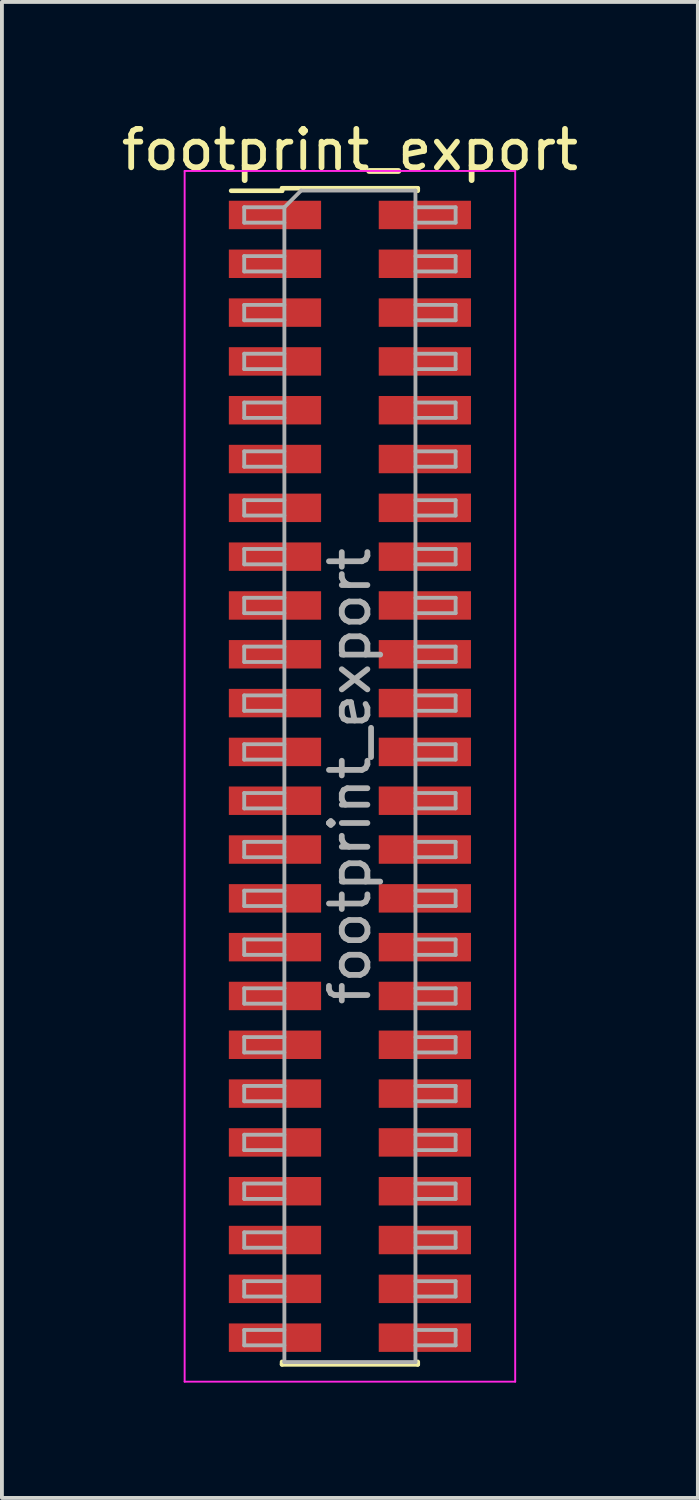
<source format=kicad_pcb>
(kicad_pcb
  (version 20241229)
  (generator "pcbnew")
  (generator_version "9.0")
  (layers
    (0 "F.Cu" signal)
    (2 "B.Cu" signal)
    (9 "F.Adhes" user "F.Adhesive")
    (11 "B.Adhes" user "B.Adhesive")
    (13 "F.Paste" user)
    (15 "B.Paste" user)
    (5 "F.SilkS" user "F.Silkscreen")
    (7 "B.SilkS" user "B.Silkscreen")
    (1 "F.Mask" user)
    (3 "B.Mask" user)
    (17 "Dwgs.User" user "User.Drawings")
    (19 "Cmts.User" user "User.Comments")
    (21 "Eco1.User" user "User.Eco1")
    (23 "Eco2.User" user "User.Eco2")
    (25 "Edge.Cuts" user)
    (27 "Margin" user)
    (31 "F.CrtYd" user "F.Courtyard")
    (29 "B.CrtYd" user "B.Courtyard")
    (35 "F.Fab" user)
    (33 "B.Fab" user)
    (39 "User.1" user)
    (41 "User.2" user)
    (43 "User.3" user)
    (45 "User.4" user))
  (footprint "footprint_export"
    (layer "F.Cu")
    (at 6.054 17.148)
    (property "Reference" "footprint_export" (at 0 -16.3 0) (layer "F.SilkS") (effects (font (size 1 1) (thickness 0.15))))
    (attr smd)
    (fp_line (start -3.09 -15.235) (end -1.765 -15.235) (stroke (width 0.12) (type solid)) (layer "F.SilkS"))
    (fp_line (start -1.765 -15.3) (end -1.765 -15.235) (stroke (width 0.12) (type solid)) (layer "F.SilkS"))
    (fp_line (start -1.765 -15.3) (end 1.765 -15.3) (stroke (width 0.12) (type solid)) (layer "F.SilkS"))
    (fp_line (start -1.765 15.235) (end -1.765 15.3) (stroke (width 0.12) (type solid)) (layer "F.SilkS"))
    (fp_line (start -1.765 15.3) (end 1.765 15.3) (stroke (width 0.12) (type solid)) (layer "F.SilkS"))
    (fp_line (start 1.765 -15.3) (end 1.765 -15.235) (stroke (width 0.12) (type solid)) (layer "F.SilkS"))
    (fp_line (start 1.765 15.235) (end 1.765 15.3) (stroke (width 0.12) (type solid)) (layer "F.SilkS"))
    (fp_line (start -4.3 -15.75) (end -4.3 15.75) (stroke (width 0.05) (type solid)) (layer "F.CrtYd"))
    (fp_line (start -4.3 15.75) (end 4.3 15.75) (stroke (width 0.05) (type solid)) (layer "F.CrtYd"))
    (fp_line (start 4.3 -15.75) (end -4.3 -15.75) (stroke (width 0.05) (type solid)) (layer "F.CrtYd"))
    (fp_line (start 4.3 15.75) (end 4.3 -15.75) (stroke (width 0.05) (type solid)) (layer "F.CrtYd"))
    (fp_line (start -2.75 -14.805) (end -2.75 -14.405) (stroke (width 0.1) (type solid)) (layer "F.Fab"))
    (fp_line (start -2.75 -14.405) (end -1.705 -14.405) (stroke (width 0.1) (type solid)) (layer "F.Fab"))
    (fp_line (start -2.75 -13.535) (end -2.75 -13.135) (stroke (width 0.1) (type solid)) (layer "F.Fab"))
    (fp_line (start -2.75 -13.135) (end -1.705 -13.135) (stroke (width 0.1) (type solid)) (layer "F.Fab"))
    (fp_line (start -2.75 -12.265) (end -2.75 -11.865) (stroke (width 0.1) (type solid)) (layer "F.Fab"))
    (fp_line (start -2.75 -11.865) (end -1.705 -11.865) (stroke (width 0.1) (type solid)) (layer "F.Fab"))
    (fp_line (start -2.75 -10.995) (end -2.75 -10.595) (stroke (width 0.1) (type solid)) (layer "F.Fab"))
    (fp_line (start -2.75 -10.595) (end -1.705 -10.595) (stroke (width 0.1) (type solid)) (layer "F.Fab"))
    (fp_line (start -2.75 -9.725) (end -2.75 -9.325) (stroke (width 0.1) (type solid)) (layer "F.Fab"))
    (fp_line (start -2.75 -9.325) (end -1.705 -9.325) (stroke (width 0.1) (type solid)) (layer "F.Fab"))
    (fp_line (start -2.75 -8.455) (end -2.75 -8.055) (stroke (width 0.1) (type solid)) (layer "F.Fab"))
    (fp_line (start -2.75 -8.055) (end -1.705 -8.055) (stroke (width 0.1) (type solid)) (layer "F.Fab"))
    (fp_line (start -2.75 -7.185) (end -2.75 -6.785) (stroke (width 0.1) (type solid)) (layer "F.Fab"))
    (fp_line (start -2.75 -6.785) (end -1.705 -6.785) (stroke (width 0.1) (type solid)) (layer "F.Fab"))
    (fp_line (start -2.75 -5.915) (end -2.75 -5.515) (stroke (width 0.1) (type solid)) (layer "F.Fab"))
    (fp_line (start -2.75 -5.515) (end -1.705 -5.515) (stroke (width 0.1) (type solid)) (layer "F.Fab"))
    (fp_line (start -2.75 -4.645) (end -2.75 -4.245) (stroke (width 0.1) (type solid)) (layer "F.Fab"))
    (fp_line (start -2.75 -4.245) (end -1.705 -4.245) (stroke (width 0.1) (type solid)) (layer "F.Fab"))
    (fp_line (start -2.75 -3.375) (end -2.75 -2.975) (stroke (width 0.1) (type solid)) (layer "F.Fab"))
    (fp_line (start -2.75 -2.975) (end -1.705 -2.975) (stroke (width 0.1) (type solid)) (layer "F.Fab"))
    (fp_line (start -2.75 -2.105) (end -2.75 -1.705) (stroke (width 0.1) (type solid)) (layer "F.Fab"))
    (fp_line (start -2.75 -1.705) (end -1.705 -1.705) (stroke (width 0.1) (type solid)) (layer "F.Fab"))
    (fp_line (start -2.75 -0.835) (end -2.75 -0.435) (stroke (width 0.1) (type solid)) (layer "F.Fab"))
    (fp_line (start -2.75 -0.435) (end -1.705 -0.435) (stroke (width 0.1) (type solid)) (layer "F.Fab"))
    (fp_line (start -2.75 0.435) (end -2.75 0.835) (stroke (width 0.1) (type solid)) (layer "F.Fab"))
    (fp_line (start -2.75 0.835) (end -1.705 0.835) (stroke (width 0.1) (type solid)) (layer "F.Fab"))
    (fp_line (start -2.75 1.705) (end -2.75 2.105) (stroke (width 0.1) (type solid)) (layer "F.Fab"))
    (fp_line (start -2.75 2.105) (end -1.705 2.105) (stroke (width 0.1) (type solid)) (layer "F.Fab"))
    (fp_line (start -2.75 2.975) (end -2.75 3.375) (stroke (width 0.1) (type solid)) (layer "F.Fab"))
    (fp_line (start -2.75 3.375) (end -1.705 3.375) (stroke (width 0.1) (type solid)) (layer "F.Fab"))
    (fp_line (start -2.75 4.245) (end -2.75 4.645) (stroke (width 0.1) (type solid)) (layer "F.Fab"))
    (fp_line (start -2.75 4.645) (end -1.705 4.645) (stroke (width 0.1) (type solid)) (layer "F.Fab"))
    (fp_line (start -2.75 5.515) (end -2.75 5.915) (stroke (width 0.1) (type solid)) (layer "F.Fab"))
    (fp_line (start -2.75 5.915) (end -1.705 5.915) (stroke (width 0.1) (type solid)) (layer "F.Fab"))
    (fp_line (start -2.75 6.785) (end -2.75 7.185) (stroke (width 0.1) (type solid)) (layer "F.Fab"))
    (fp_line (start -2.75 7.185) (end -1.705 7.185) (stroke (width 0.1) (type solid)) (layer "F.Fab"))
    (fp_line (start -2.75 8.055) (end -2.75 8.455) (stroke (width 0.1) (type solid)) (layer "F.Fab"))
    (fp_line (start -2.75 8.455) (end -1.705 8.455) (stroke (width 0.1) (type solid)) (layer "F.Fab"))
    (fp_line (start -2.75 9.325) (end -2.75 9.725) (stroke (width 0.1) (type solid)) (layer "F.Fab"))
    (fp_line (start -2.75 9.725) (end -1.705 9.725) (stroke (width 0.1) (type solid)) (layer "F.Fab"))
    (fp_line (start -2.75 10.595) (end -2.75 10.995) (stroke (width 0.1) (type solid)) (layer "F.Fab"))
    (fp_line (start -2.75 10.995) (end -1.705 10.995) (stroke (width 0.1) (type solid)) (layer "F.Fab"))
    (fp_line (start -2.75 11.865) (end -2.75 12.265) (stroke (width 0.1) (type solid)) (layer "F.Fab"))
    (fp_line (start -2.75 12.265) (end -1.705 12.265) (stroke (width 0.1) (type solid)) (layer "F.Fab"))
    (fp_line (start -2.75 13.135) (end -2.75 13.535) (stroke (width 0.1) (type solid)) (layer "F.Fab"))
    (fp_line (start -2.75 13.535) (end -1.705 13.535) (stroke (width 0.1) (type solid)) (layer "F.Fab"))
    (fp_line (start -2.75 14.405) (end -2.75 14.805) (stroke (width 0.1) (type solid)) (layer "F.Fab"))
    (fp_line (start -2.75 14.805) (end -1.705 14.805) (stroke (width 0.1) (type solid)) (layer "F.Fab"))
    (fp_line (start -1.705 -14.805) (end -2.75 -14.805) (stroke (width 0.1) (type solid)) (layer "F.Fab"))
    (fp_line (start -1.705 -14.805) (end -1.27 -15.24) (stroke (width 0.1) (type solid)) (layer "F.Fab"))
    (fp_line (start -1.705 -13.535) (end -2.75 -13.535) (stroke (width 0.1) (type solid)) (layer "F.Fab"))
    (fp_line (start -1.705 -12.265) (end -2.75 -12.265) (stroke (width 0.1) (type solid)) (layer "F.Fab"))
    (fp_line (start -1.705 -10.995) (end -2.75 -10.995) (stroke (width 0.1) (type solid)) (layer "F.Fab"))
    (fp_line (start -1.705 -9.725) (end -2.75 -9.725) (stroke (width 0.1) (type solid)) (layer "F.Fab"))
    (fp_line (start -1.705 -8.455) (end -2.75 -8.455) (stroke (width 0.1) (type solid)) (layer "F.Fab"))
    (fp_line (start -1.705 -7.185) (end -2.75 -7.185) (stroke (width 0.1) (type solid)) (layer "F.Fab"))
    (fp_line (start -1.705 -5.915) (end -2.75 -5.915) (stroke (width 0.1) (type solid)) (layer "F.Fab"))
    (fp_line (start -1.705 -4.645) (end -2.75 -4.645) (stroke (width 0.1) (type solid)) (layer "F.Fab"))
    (fp_line (start -1.705 -3.375) (end -2.75 -3.375) (stroke (width 0.1) (type solid)) (layer "F.Fab"))
    (fp_line (start -1.705 -2.105) (end -2.75 -2.105) (stroke (width 0.1) (type solid)) (layer "F.Fab"))
    (fp_line (start -1.705 -0.835) (end -2.75 -0.835) (stroke (width 0.1) (type solid)) (layer "F.Fab"))
    (fp_line (start -1.705 0.435) (end -2.75 0.435) (stroke (width 0.1) (type solid)) (layer "F.Fab"))
    (fp_line (start -1.705 1.705) (end -2.75 1.705) (stroke (width 0.1) (type solid)) (layer "F.Fab"))
    (fp_line (start -1.705 2.975) (end -2.75 2.975) (stroke (width 0.1) (type solid)) (layer "F.Fab"))
    (fp_line (start -1.705 4.245) (end -2.75 4.245) (stroke (width 0.1) (type solid)) (layer "F.Fab"))
    (fp_line (start -1.705 5.515) (end -2.75 5.515) (stroke (width 0.1) (type solid)) (layer "F.Fab"))
    (fp_line (start -1.705 6.785) (end -2.75 6.785) (stroke (width 0.1) (type solid)) (layer "F.Fab"))
    (fp_line (start -1.705 8.055) (end -2.75 8.055) (stroke (width 0.1) (type solid)) (layer "F.Fab"))
    (fp_line (start -1.705 9.325) (end -2.75 9.325) (stroke (width 0.1) (type solid)) (layer "F.Fab"))
    (fp_line (start -1.705 10.595) (end -2.75 10.595) (stroke (width 0.1) (type solid)) (layer "F.Fab"))
    (fp_line (start -1.705 11.865) (end -2.75 11.865) (stroke (width 0.1) (type solid)) (layer "F.Fab"))
    (fp_line (start -1.705 13.135) (end -2.75 13.135) (stroke (width 0.1) (type solid)) (layer "F.Fab"))
    (fp_line (start -1.705 14.405) (end -2.75 14.405) (stroke (width 0.1) (type solid)) (layer "F.Fab"))
    (fp_line (start -1.705 15.24) (end -1.705 -14.805) (stroke (width 0.1) (type solid)) (layer "F.Fab"))
    (fp_line (start -1.27 -15.24) (end 1.705 -15.24) (stroke (width 0.1) (type solid)) (layer "F.Fab"))
    (fp_line (start 1.705 -15.24) (end 1.705 15.24) (stroke (width 0.1) (type solid)) (layer "F.Fab"))
    (fp_line (start 1.705 -14.805) (end 2.75 -14.805) (stroke (width 0.1) (type solid)) (layer "F.Fab"))
    (fp_line (start 1.705 -13.535) (end 2.75 -13.535) (stroke (width 0.1) (type solid)) (layer "F.Fab"))
    (fp_line (start 1.705 -12.265) (end 2.75 -12.265) (stroke (width 0.1) (type solid)) (layer "F.Fab"))
    (fp_line (start 1.705 -10.995) (end 2.75 -10.995) (stroke (width 0.1) (type solid)) (layer "F.Fab"))
    (fp_line (start 1.705 -9.725) (end 2.75 -9.725) (stroke (width 0.1) (type solid)) (layer "F.Fab"))
    (fp_line (start 1.705 -8.455) (end 2.75 -8.455) (stroke (width 0.1) (type solid)) (layer "F.Fab"))
    (fp_line (start 1.705 -7.185) (end 2.75 -7.185) (stroke (width 0.1) (type solid)) (layer "F.Fab"))
    (fp_line (start 1.705 -5.915) (end 2.75 -5.915) (stroke (width 0.1) (type solid)) (layer "F.Fab"))
    (fp_line (start 1.705 -4.645) (end 2.75 -4.645) (stroke (width 0.1) (type solid)) (layer "F.Fab"))
    (fp_line (start 1.705 -3.375) (end 2.75 -3.375) (stroke (width 0.1) (type solid)) (layer "F.Fab"))
    (fp_line (start 1.705 -2.105) (end 2.75 -2.105) (stroke (width 0.1) (type solid)) (layer "F.Fab"))
    (fp_line (start 1.705 -0.835) (end 2.75 -0.835) (stroke (width 0.1) (type solid)) (layer "F.Fab"))
    (fp_line (start 1.705 0.435) (end 2.75 0.435) (stroke (width 0.1) (type solid)) (layer "F.Fab"))
    (fp_line (start 1.705 1.705) (end 2.75 1.705) (stroke (width 0.1) (type solid)) (layer "F.Fab"))
    (fp_line (start 1.705 2.975) (end 2.75 2.975) (stroke (width 0.1) (type solid)) (layer "F.Fab"))
    (fp_line (start 1.705 4.245) (end 2.75 4.245) (stroke (width 0.1) (type solid)) (layer "F.Fab"))
    (fp_line (start 1.705 5.515) (end 2.75 5.515) (stroke (width 0.1) (type solid)) (layer "F.Fab"))
    (fp_line (start 1.705 6.785) (end 2.75 6.785) (stroke (width 0.1) (type solid)) (layer "F.Fab"))
    (fp_line (start 1.705 8.055) (end 2.75 8.055) (stroke (width 0.1) (type solid)) (layer "F.Fab"))
    (fp_line (start 1.705 9.325) (end 2.75 9.325) (stroke (width 0.1) (type solid)) (layer "F.Fab"))
    (fp_line (start 1.705 10.595) (end 2.75 10.595) (stroke (width 0.1) (type solid)) (layer "F.Fab"))
    (fp_line (start 1.705 11.865) (end 2.75 11.865) (stroke (width 0.1) (type solid)) (layer "F.Fab"))
    (fp_line (start 1.705 13.135) (end 2.75 13.135) (stroke (width 0.1) (type solid)) (layer "F.Fab"))
    (fp_line (start 1.705 14.405) (end 2.75 14.405) (stroke (width 0.1) (type solid)) (layer "F.Fab"))
    (fp_line (start 1.705 15.24) (end -1.705 15.24) (stroke (width 0.1) (type solid)) (layer "F.Fab"))
    (fp_line (start 2.75 -14.805) (end 2.75 -14.405) (stroke (width 0.1) (type solid)) (layer "F.Fab"))
    (fp_line (start 2.75 -14.405) (end 1.705 -14.405) (stroke (width 0.1) (type solid)) (layer "F.Fab"))
    (fp_line (start 2.75 -13.535) (end 2.75 -13.135) (stroke (width 0.1) (type solid)) (layer "F.Fab"))
    (fp_line (start 2.75 -13.135) (end 1.705 -13.135) (stroke (width 0.1) (type solid)) (layer "F.Fab"))
    (fp_line (start 2.75 -12.265) (end 2.75 -11.865) (stroke (width 0.1) (type solid)) (layer "F.Fab"))
    (fp_line (start 2.75 -11.865) (end 1.705 -11.865) (stroke (width 0.1) (type solid)) (layer "F.Fab"))
    (fp_line (start 2.75 -10.995) (end 2.75 -10.595) (stroke (width 0.1) (type solid)) (layer "F.Fab"))
    (fp_line (start 2.75 -10.595) (end 1.705 -10.595) (stroke (width 0.1) (type solid)) (layer "F.Fab"))
    (fp_line (start 2.75 -9.725) (end 2.75 -9.325) (stroke (width 0.1) (type solid)) (layer "F.Fab"))
    (fp_line (start 2.75 -9.325) (end 1.705 -9.325) (stroke (width 0.1) (type solid)) (layer "F.Fab"))
    (fp_line (start 2.75 -8.455) (end 2.75 -8.055) (stroke (width 0.1) (type solid)) (layer "F.Fab"))
    (fp_line (start 2.75 -8.055) (end 1.705 -8.055) (stroke (width 0.1) (type solid)) (layer "F.Fab"))
    (fp_line (start 2.75 -7.185) (end 2.75 -6.785) (stroke (width 0.1) (type solid)) (layer "F.Fab"))
    (fp_line (start 2.75 -6.785) (end 1.705 -6.785) (stroke (width 0.1) (type solid)) (layer "F.Fab"))
    (fp_line (start 2.75 -5.915) (end 2.75 -5.515) (stroke (width 0.1) (type solid)) (layer "F.Fab"))
    (fp_line (start 2.75 -5.515) (end 1.705 -5.515) (stroke (width 0.1) (type solid)) (layer "F.Fab"))
    (fp_line (start 2.75 -4.645) (end 2.75 -4.245) (stroke (width 0.1) (type solid)) (layer "F.Fab"))
    (fp_line (start 2.75 -4.245) (end 1.705 -4.245) (stroke (width 0.1) (type solid)) (layer "F.Fab"))
    (fp_line (start 2.75 -3.375) (end 2.75 -2.975) (stroke (width 0.1) (type solid)) (layer "F.Fab"))
    (fp_line (start 2.75 -2.975) (end 1.705 -2.975) (stroke (width 0.1) (type solid)) (layer "F.Fab"))
    (fp_line (start 2.75 -2.105) (end 2.75 -1.705) (stroke (width 0.1) (type solid)) (layer "F.Fab"))
    (fp_line (start 2.75 -1.705) (end 1.705 -1.705) (stroke (width 0.1) (type solid)) (layer "F.Fab"))
    (fp_line (start 2.75 -0.835) (end 2.75 -0.435) (stroke (width 0.1) (type solid)) (layer "F.Fab"))
    (fp_line (start 2.75 -0.435) (end 1.705 -0.435) (stroke (width 0.1) (type solid)) (layer "F.Fab"))
    (fp_line (start 2.75 0.435) (end 2.75 0.835) (stroke (width 0.1) (type solid)) (layer "F.Fab"))
    (fp_line (start 2.75 0.835) (end 1.705 0.835) (stroke (width 0.1) (type solid)) (layer "F.Fab"))
    (fp_line (start 2.75 1.705) (end 2.75 2.105) (stroke (width 0.1) (type solid)) (layer "F.Fab"))
    (fp_line (start 2.75 2.105) (end 1.705 2.105) (stroke (width 0.1) (type solid)) (layer "F.Fab"))
    (fp_line (start 2.75 2.975) (end 2.75 3.375) (stroke (width 0.1) (type solid)) (layer "F.Fab"))
    (fp_line (start 2.75 3.375) (end 1.705 3.375) (stroke (width 0.1) (type solid)) (layer "F.Fab"))
    (fp_line (start 2.75 4.245) (end 2.75 4.645) (stroke (width 0.1) (type solid)) (layer "F.Fab"))
    (fp_line (start 2.75 4.645) (end 1.705 4.645) (stroke (width 0.1) (type solid)) (layer "F.Fab"))
    (fp_line (start 2.75 5.515) (end 2.75 5.915) (stroke (width 0.1) (type solid)) (layer "F.Fab"))
    (fp_line (start 2.75 5.915) (end 1.705 5.915) (stroke (width 0.1) (type solid)) (layer "F.Fab"))
    (fp_line (start 2.75 6.785) (end 2.75 7.185) (stroke (width 0.1) (type solid)) (layer "F.Fab"))
    (fp_line (start 2.75 7.185) (end 1.705 7.185) (stroke (width 0.1) (type solid)) (layer "F.Fab"))
    (fp_line (start 2.75 8.055) (end 2.75 8.455) (stroke (width 0.1) (type solid)) (layer "F.Fab"))
    (fp_line (start 2.75 8.455) (end 1.705 8.455) (stroke (width 0.1) (type solid)) (layer "F.Fab"))
    (fp_line (start 2.75 9.325) (end 2.75 9.725) (stroke (width 0.1) (type solid)) (layer "F.Fab"))
    (fp_line (start 2.75 9.725) (end 1.705 9.725) (stroke (width 0.1) (type solid)) (layer "F.Fab"))
    (fp_line (start 2.75 10.595) (end 2.75 10.995) (stroke (width 0.1) (type solid)) (layer "F.Fab"))
    (fp_line (start 2.75 10.995) (end 1.705 10.995) (stroke (width 0.1) (type solid)) (layer "F.Fab"))
    (fp_line (start 2.75 11.865) (end 2.75 12.265) (stroke (width 0.1) (type solid)) (layer "F.Fab"))
    (fp_line (start 2.75 12.265) (end 1.705 12.265) (stroke (width 0.1) (type solid)) (layer "F.Fab"))
    (fp_line (start 2.75 13.135) (end 2.75 13.535) (stroke (width 0.1) (type solid)) (layer "F.Fab"))
    (fp_line (start 2.75 13.535) (end 1.705 13.535) (stroke (width 0.1) (type solid)) (layer "F.Fab"))
    (fp_line (start 2.75 14.405) (end 2.75 14.805) (stroke (width 0.1) (type solid)) (layer "F.Fab"))
    (fp_line (start 2.75 14.805) (end 1.705 14.805) (stroke (width 0.1) (type solid)) (layer "F.Fab"))
    (fp_text user "${REFERENCE}" (at 0 0 90) (layer "F.Fab") (effects (font (size 1 1) (thickness 0.15))))
    (pad "1" smd rect (at -1.95 -14.605) (size 2.4 0.74) (layers "F.Cu" "F.Mask" "F.Paste"))
    (pad "2" smd rect (at 1.95 -14.605) (size 2.4 0.74) (layers "F.Cu" "F.Mask" "F.Paste"))
    (pad "3" smd rect (at -1.95 -13.335) (size 2.4 0.74) (layers "F.Cu" "F.Mask" "F.Paste"))
    (pad "4" smd rect (at 1.95 -13.335) (size 2.4 0.74) (layers "F.Cu" "F.Mask" "F.Paste"))
    (pad "5" smd rect (at -1.95 -12.065) (size 2.4 0.74) (layers "F.Cu" "F.Mask" "F.Paste"))
    (pad "6" smd rect (at 1.95 -12.065) (size 2.4 0.74) (layers "F.Cu" "F.Mask" "F.Paste"))
    (pad "7" smd rect (at -1.95 -10.795) (size 2.4 0.74) (layers "F.Cu" "F.Mask" "F.Paste"))
    (pad "8" smd rect (at 1.95 -10.795) (size 2.4 0.74) (layers "F.Cu" "F.Mask" "F.Paste"))
    (pad "9" smd rect (at -1.95 -9.525) (size 2.4 0.74) (layers "F.Cu" "F.Mask" "F.Paste"))
    (pad "10" smd rect (at 1.95 -9.525) (size 2.4 0.74) (layers "F.Cu" "F.Mask" "F.Paste"))
    (pad "11" smd rect (at -1.95 -8.255) (size 2.4 0.74) (layers "F.Cu" "F.Mask" "F.Paste"))
    (pad "12" smd rect (at 1.95 -8.255) (size 2.4 0.74) (layers "F.Cu" "F.Mask" "F.Paste"))
    (pad "13" smd rect (at -1.95 -6.985) (size 2.4 0.74) (layers "F.Cu" "F.Mask" "F.Paste"))
    (pad "14" smd rect (at 1.95 -6.985) (size 2.4 0.74) (layers "F.Cu" "F.Mask" "F.Paste"))
    (pad "15" smd rect (at -1.95 -5.715) (size 2.4 0.74) (layers "F.Cu" "F.Mask" "F.Paste"))
    (pad "16" smd rect (at 1.95 -5.715) (size 2.4 0.74) (layers "F.Cu" "F.Mask" "F.Paste"))
    (pad "17" smd rect (at -1.95 -4.445) (size 2.4 0.74) (layers "F.Cu" "F.Mask" "F.Paste"))
    (pad "18" smd rect (at 1.95 -4.445) (size 2.4 0.74) (layers "F.Cu" "F.Mask" "F.Paste"))
    (pad "19" smd rect (at -1.95 -3.175) (size 2.4 0.74) (layers "F.Cu" "F.Mask" "F.Paste"))
    (pad "20" smd rect (at 1.95 -3.175) (size 2.4 0.74) (layers "F.Cu" "F.Mask" "F.Paste"))
    (pad "21" smd rect (at -1.95 -1.905) (size 2.4 0.74) (layers "F.Cu" "F.Mask" "F.Paste"))
    (pad "22" smd rect (at 1.95 -1.905) (size 2.4 0.74) (layers "F.Cu" "F.Mask" "F.Paste"))
    (pad "23" smd rect (at -1.95 -0.635) (size 2.4 0.74) (layers "F.Cu" "F.Mask" "F.Paste"))
    (pad "24" smd rect (at 1.95 -0.635) (size 2.4 0.74) (layers "F.Cu" "F.Mask" "F.Paste"))
    (pad "25" smd rect (at -1.95 0.635) (size 2.4 0.74) (layers "F.Cu" "F.Mask" "F.Paste"))
    (pad "26" smd rect (at 1.95 0.635) (size 2.4 0.74) (layers "F.Cu" "F.Mask" "F.Paste"))
    (pad "27" smd rect (at -1.95 1.905) (size 2.4 0.74) (layers "F.Cu" "F.Mask" "F.Paste"))
    (pad "28" smd rect (at 1.95 1.905) (size 2.4 0.74) (layers "F.Cu" "F.Mask" "F.Paste"))
    (pad "29" smd rect (at -1.95 3.175) (size 2.4 0.74) (layers "F.Cu" "F.Mask" "F.Paste"))
    (pad "30" smd rect (at 1.95 3.175) (size 2.4 0.74) (layers "F.Cu" "F.Mask" "F.Paste"))
    (pad "31" smd rect (at -1.95 4.445) (size 2.4 0.74) (layers "F.Cu" "F.Mask" "F.Paste"))
    (pad "32" smd rect (at 1.95 4.445) (size 2.4 0.74) (layers "F.Cu" "F.Mask" "F.Paste"))
    (pad "33" smd rect (at -1.95 5.715) (size 2.4 0.74) (layers "F.Cu" "F.Mask" "F.Paste"))
    (pad "34" smd rect (at 1.95 5.715) (size 2.4 0.74) (layers "F.Cu" "F.Mask" "F.Paste"))
    (pad "35" smd rect (at -1.95 6.985) (size 2.4 0.74) (layers "F.Cu" "F.Mask" "F.Paste"))
    (pad "36" smd rect (at 1.95 6.985) (size 2.4 0.74) (layers "F.Cu" "F.Mask" "F.Paste"))
    (pad "37" smd rect (at -1.95 8.255) (size 2.4 0.74) (layers "F.Cu" "F.Mask" "F.Paste"))
    (pad "38" smd rect (at 1.95 8.255) (size 2.4 0.74) (layers "F.Cu" "F.Mask" "F.Paste"))
    (pad "39" smd rect (at -1.95 9.525) (size 2.4 0.74) (layers "F.Cu" "F.Mask" "F.Paste"))
    (pad "40" smd rect (at 1.95 9.525) (size 2.4 0.74) (layers "F.Cu" "F.Mask" "F.Paste"))
    (pad "41" smd rect (at -1.95 10.795) (size 2.4 0.74) (layers "F.Cu" "F.Mask" "F.Paste"))
    (pad "42" smd rect (at 1.95 10.795) (size 2.4 0.74) (layers "F.Cu" "F.Mask" "F.Paste"))
    (pad "43" smd rect (at -1.95 12.065) (size 2.4 0.74) (layers "F.Cu" "F.Mask" "F.Paste"))
    (pad "44" smd rect (at 1.95 12.065) (size 2.4 0.74) (layers "F.Cu" "F.Mask" "F.Paste"))
    (pad "45" smd rect (at -1.95 13.335) (size 2.4 0.74) (layers "F.Cu" "F.Mask" "F.Paste"))
    (pad "46" smd rect (at 1.95 13.335) (size 2.4 0.74) (layers "F.Cu" "F.Mask" "F.Paste"))
    (pad "47" smd rect (at -1.95 14.605) (size 2.4 0.74) (layers "F.Cu" "F.Mask" "F.Paste"))
    (pad "48" smd rect (at 1.95 14.605) (size 2.4 0.74) (layers "F.Cu" "F.Mask" "F.Paste")))
  (gr_rect
    (start -3 -3)
    (end 15.107 35.923)
    (stroke (width 0.1) (type default))
    (fill no)
    (layer "Edge.Cuts")))
</source>
